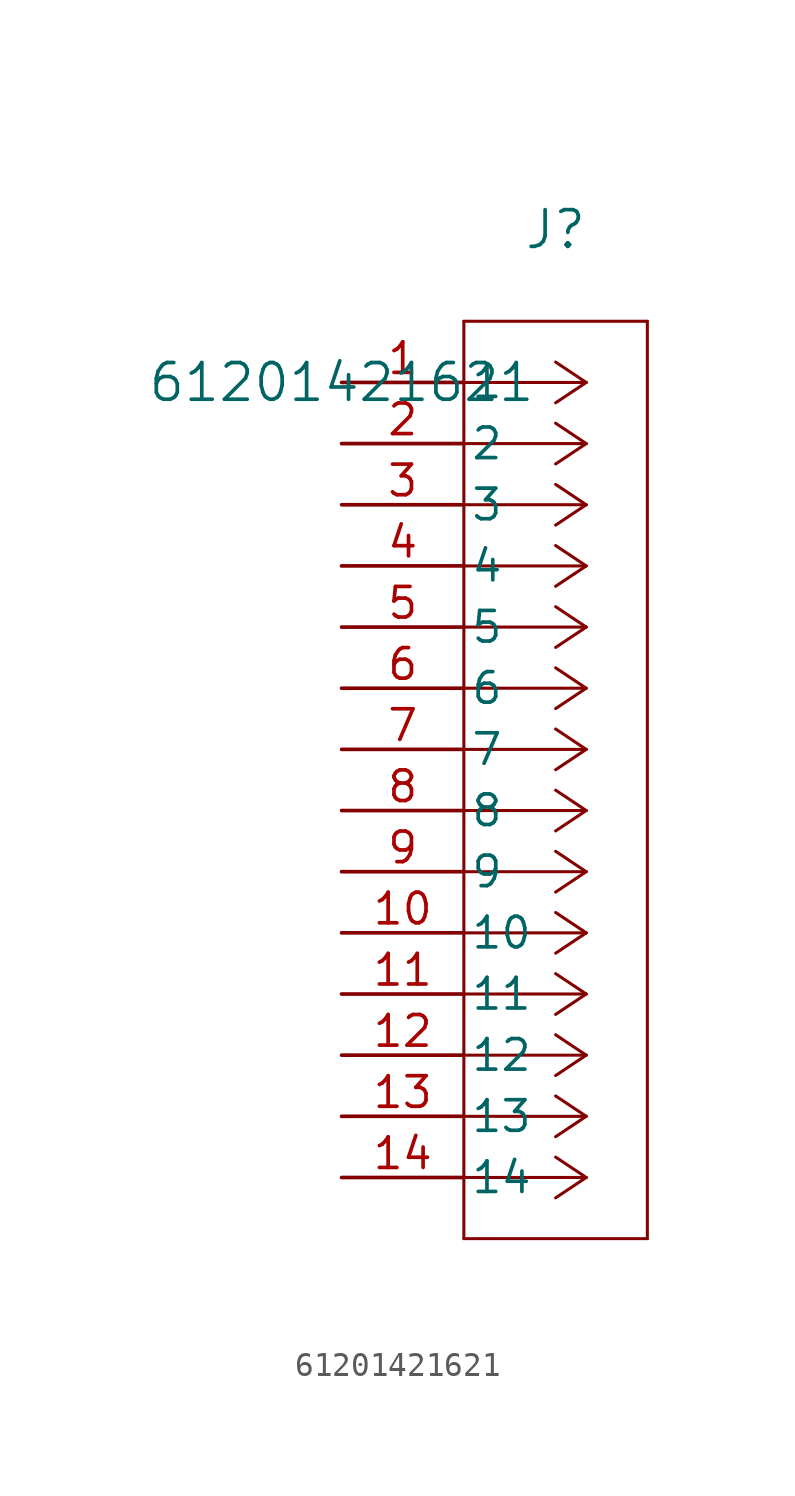
<source format=kicad_sym>
(kicad_symbol_lib
  (version 20211014)
  (generator kicad_symbol_editor)
  (symbol "61201421621"
    (pin_names
      (offset 0.254))
    (property "Reference" "J"
      (at 8.89 6.35 0)
      (effects (font (size 1.524 1.524))))
    (property "Value" "61201421621"
      (at 0 0 0)
      (effects (font (size 1.524 1.524))))
    (symbol "61201421621_0_1"
      (polyline (pts (xy 10.16 0) (xy 5.08 0)) (stroke (width 0.127) (type default) (color 0 0 0 0)) (fill (type none)))
      (polyline (pts (xy 10.16 -2.54) (xy 5.08 -2.54)) (stroke (width 0.127) (type default) (color 0 0 0 0)) (fill (type none)))
      (polyline (pts (xy 10.16 -5.08) (xy 5.08 -5.08)) (stroke (width 0.127) (type default) (color 0 0 0 0)) (fill (type none)))
      (polyline (pts (xy 10.16 -7.62) (xy 5.08 -7.62)) (stroke (width 0.127) (type default) (color 0 0 0 0)) (fill (type none)))
      (polyline (pts (xy 10.16 -10.16) (xy 5.08 -10.16)) (stroke (width 0.127) (type default) (color 0 0 0 0)) (fill (type none)))
      (polyline (pts (xy 10.16 -12.7) (xy 5.08 -12.7)) (stroke (width 0.127) (type default) (color 0 0 0 0)) (fill (type none)))
      (polyline (pts (xy 10.16 -15.24) (xy 5.08 -15.24)) (stroke (width 0.127) (type default) (color 0 0 0 0)) (fill (type none)))
      (polyline (pts (xy 10.16 -17.78) (xy 5.08 -17.78)) (stroke (width 0.127) (type default) (color 0 0 0 0)) (fill (type none)))
      (polyline (pts (xy 10.16 -20.32) (xy 5.08 -20.32)) (stroke (width 0.127) (type default) (color 0 0 0 0)) (fill (type none)))
      (polyline (pts (xy 10.16 -22.86) (xy 5.08 -22.86)) (stroke (width 0.127) (type default) (color 0 0 0 0)) (fill (type none)))
      (polyline (pts (xy 10.16 -25.4) (xy 5.08 -25.4)) (stroke (width 0.127) (type default) (color 0 0 0 0)) (fill (type none)))
      (polyline (pts (xy 10.16 -27.94) (xy 5.08 -27.94)) (stroke (width 0.127) (type default) (color 0 0 0 0)) (fill (type none)))
      (polyline (pts (xy 10.16 -30.48) (xy 5.08 -30.48)) (stroke (width 0.127) (type default) (color 0 0 0 0)) (fill (type none)))
      (polyline (pts (xy 10.16 -33.02) (xy 5.08 -33.02)) (stroke (width 0.127) (type default) (color 0 0 0 0)) (fill (type none)))
      (polyline (pts (xy 10.16 0) (xy 8.89 0.847)) (stroke (width 0.127) (type default) (color 0 0 0 0)) (fill (type none)))
      (polyline (pts (xy 10.16 -2.54) (xy 8.89 -1.693)) (stroke (width 0.127) (type default) (color 0 0 0 0)) (fill (type none)))
      (polyline (pts (xy 10.16 -5.08) (xy 8.89 -4.233)) (stroke (width 0.127) (type default) (color 0 0 0 0)) (fill (type none)))
      (polyline (pts (xy 10.16 -7.62) (xy 8.89 -6.773)) (stroke (width 0.127) (type default) (color 0 0 0 0)) (fill (type none)))
      (polyline (pts (xy 10.16 -10.16) (xy 8.89 -9.313)) (stroke (width 0.127) (type default) (color 0 0 0 0)) (fill (type none)))
      (polyline (pts (xy 10.16 -12.7) (xy 8.89 -11.853)) (stroke (width 0.127) (type default) (color 0 0 0 0)) (fill (type none)))
      (polyline (pts (xy 10.16 -15.24) (xy 8.89 -14.393)) (stroke (width 0.127) (type default) (color 0 0 0 0)) (fill (type none)))
      (polyline (pts (xy 10.16 -17.78) (xy 8.89 -16.933)) (stroke (width 0.127) (type default) (color 0 0 0 0)) (fill (type none)))
      (polyline (pts (xy 10.16 -20.32) (xy 8.89 -19.473)) (stroke (width 0.127) (type default) (color 0 0 0 0)) (fill (type none)))
      (polyline (pts (xy 10.16 -22.86) (xy 8.89 -22.013)) (stroke (width 0.127) (type default) (color 0 0 0 0)) (fill (type none)))
      (polyline (pts (xy 10.16 -25.4) (xy 8.89 -24.553)) (stroke (width 0.127) (type default) (color 0 0 0 0)) (fill (type none)))
      (polyline (pts (xy 10.16 -27.94) (xy 8.89 -27.093)) (stroke (width 0.127) (type default) (color 0 0 0 0)) (fill (type none)))
      (polyline (pts (xy 10.16 -30.48) (xy 8.89 -29.633)) (stroke (width 0.127) (type default) (color 0 0 0 0)) (fill (type none)))
      (polyline (pts (xy 10.16 -33.02) (xy 8.89 -32.173)) (stroke (width 0.127) (type default) (color 0 0 0 0)) (fill (type none)))
      (polyline (pts (xy 10.16 0) (xy 8.89 -0.847)) (stroke (width 0.127) (type default) (color 0 0 0 0)) (fill (type none)))
      (polyline (pts (xy 10.16 -2.54) (xy 8.89 -3.387)) (stroke (width 0.127) (type default) (color 0 0 0 0)) (fill (type none)))
      (polyline (pts (xy 10.16 -5.08) (xy 8.89 -5.927)) (stroke (width 0.127) (type default) (color 0 0 0 0)) (fill (type none)))
      (polyline (pts (xy 10.16 -7.62) (xy 8.89 -8.467)) (stroke (width 0.127) (type default) (color 0 0 0 0)) (fill (type none)))
      (polyline (pts (xy 10.16 -10.16) (xy 8.89 -11.007)) (stroke (width 0.127) (type default) (color 0 0 0 0)) (fill (type none)))
      (polyline (pts (xy 10.16 -12.7) (xy 8.89 -13.547)) (stroke (width 0.127) (type default) (color 0 0 0 0)) (fill (type none)))
      (polyline (pts (xy 10.16 -15.24) (xy 8.89 -16.087)) (stroke (width 0.127) (type default) (color 0 0 0 0)) (fill (type none)))
      (polyline (pts (xy 10.16 -17.78) (xy 8.89 -18.627)) (stroke (width 0.127) (type default) (color 0 0 0 0)) (fill (type none)))
      (polyline (pts (xy 10.16 -20.32) (xy 8.89 -21.167)) (stroke (width 0.127) (type default) (color 0 0 0 0)) (fill (type none)))
      (polyline (pts (xy 10.16 -22.86) (xy 8.89 -23.707)) (stroke (width 0.127) (type default) (color 0 0 0 0)) (fill (type none)))
      (polyline (pts (xy 10.16 -25.4) (xy 8.89 -26.247)) (stroke (width 0.127) (type default) (color 0 0 0 0)) (fill (type none)))
      (polyline (pts (xy 10.16 -27.94) (xy 8.89 -28.787)) (stroke (width 0.127) (type default) (color 0 0 0 0)) (fill (type none)))
      (polyline (pts (xy 10.16 -30.48) (xy 8.89 -31.327)) (stroke (width 0.127) (type default) (color 0 0 0 0)) (fill (type none)))
      (polyline (pts (xy 10.16 -33.02) (xy 8.89 -33.867)) (stroke (width 0.127) (type default) (color 0 0 0 0)) (fill (type none)))
      (polyline (pts (xy 5.08 2.54) (xy 5.08 -35.56)) (stroke (width 0.127) (type default) (color 0 0 0 0)) (fill (type none)))
      (polyline (pts (xy 5.08 -35.56) (xy 12.7 -35.56)) (stroke (width 0.127) (type default) (color 0 0 0 0)) (fill (type none)))
      (polyline (pts (xy 12.7 -35.56) (xy 12.7 2.54)) (stroke (width 0.127) (type default) (color 0 0 0 0)) (fill (type none)))
      (polyline (pts (xy 12.7 2.54) (xy 5.08 2.54)) (stroke (width 0.127) (type default) (color 0 0 0 0)) (fill (type none)))
      (pin unspecified line (at 0 0 0) (length 5.08) (name "1" (effects (font (size 1.27 1.27)))) (number "1" (effects (font (size 1.27 1.27)))))
      (pin unspecified line (at 0 -2.54 0) (length 5.08) (name "2" (effects (font (size 1.27 1.27)))) (number "2" (effects (font (size 1.27 1.27)))))
      (pin unspecified line (at 0 -5.08 0) (length 5.08) (name "3" (effects (font (size 1.27 1.27)))) (number "3" (effects (font (size 1.27 1.27)))))
      (pin unspecified line (at 0 -7.62 0) (length 5.08) (name "4" (effects (font (size 1.27 1.27)))) (number "4" (effects (font (size 1.27 1.27)))))
      (pin unspecified line (at 0 -10.16 0) (length 5.08) (name "5" (effects (font (size 1.27 1.27)))) (number "5" (effects (font (size 1.27 1.27)))))
      (pin unspecified line (at 0 -12.7 0) (length 5.08) (name "6" (effects (font (size 1.27 1.27)))) (number "6" (effects (font (size 1.27 1.27)))))
      (pin unspecified line (at 0 -15.24 0) (length 5.08) (name "7" (effects (font (size 1.27 1.27)))) (number "7" (effects (font (size 1.27 1.27)))))
      (pin unspecified line (at 0 -17.78 0) (length 5.08) (name "8" (effects (font (size 1.27 1.27)))) (number "8" (effects (font (size 1.27 1.27)))))
      (pin unspecified line (at 0 -20.32 0) (length 5.08) (name "9" (effects (font (size 1.27 1.27)))) (number "9" (effects (font (size 1.27 1.27)))))
      (pin unspecified line (at 0 -22.86 0) (length 5.08) (name "10" (effects (font (size 1.27 1.27)))) (number "10" (effects (font (size 1.27 1.27)))))
      (pin unspecified line (at 0 -25.4 0) (length 5.08) (name "11" (effects (font (size 1.27 1.27)))) (number "11" (effects (font (size 1.27 1.27)))))
      (pin unspecified line (at 0 -27.94 0) (length 5.08) (name "12" (effects (font (size 1.27 1.27)))) (number "12" (effects (font (size 1.27 1.27)))))
      (pin unspecified line (at 0 -30.48 0) (length 5.08) (name "13" (effects (font (size 1.27 1.27)))) (number "13" (effects (font (size 1.27 1.27)))))
      (pin unspecified line (at 0 -33.02 0) (length 5.08) (name "14" (effects (font (size 1.27 1.27)))) (number "14" (effects (font (size 1.27 1.27))))))))
</source>
